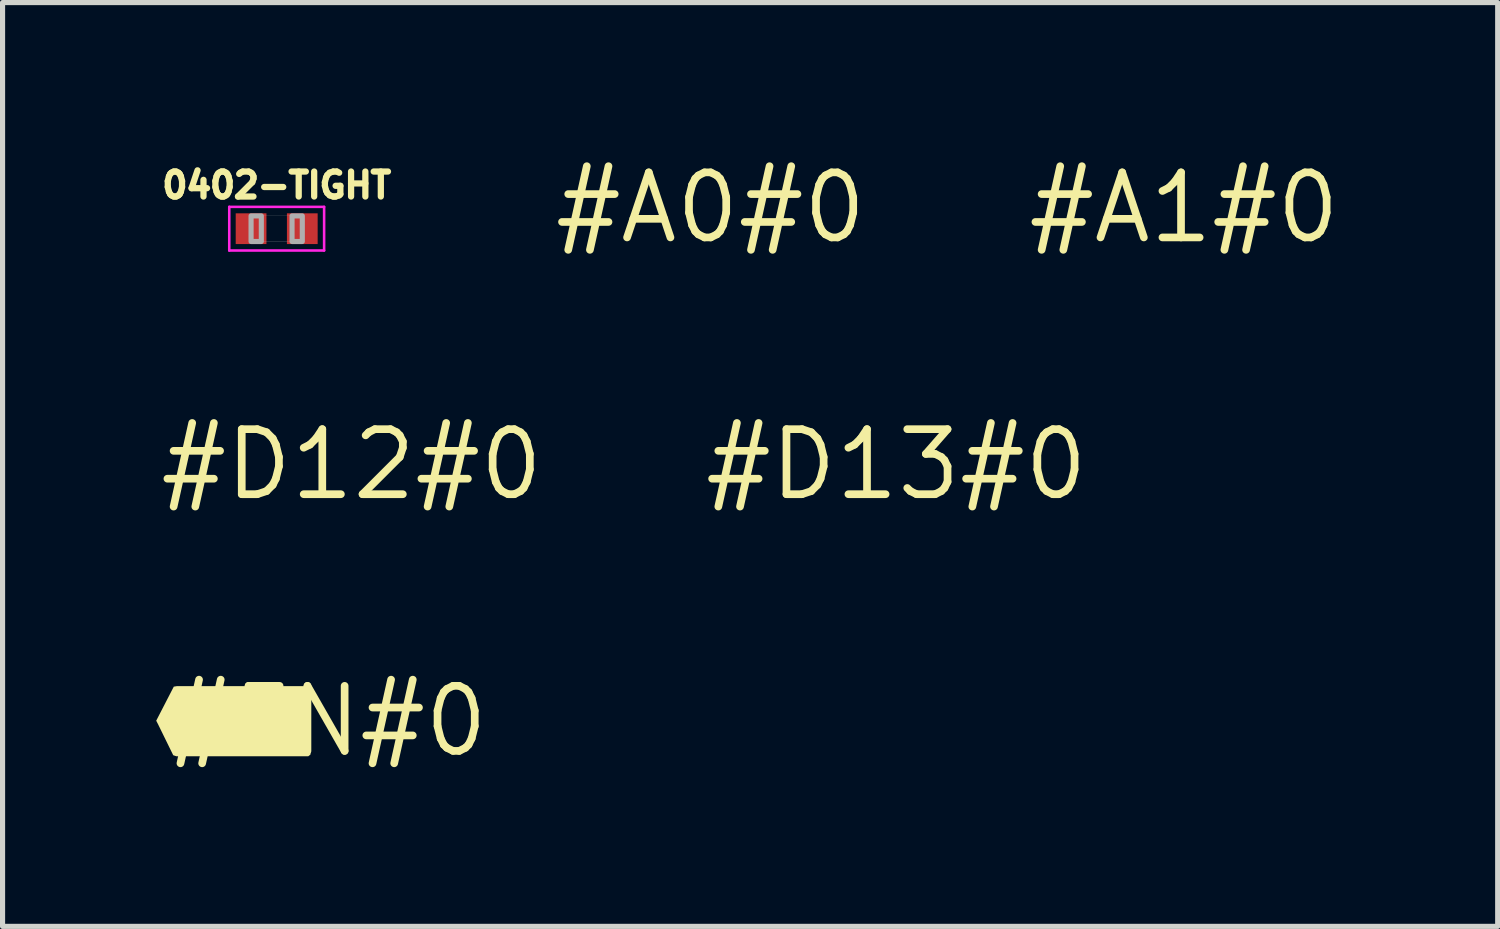
<source format=kicad_pcb>
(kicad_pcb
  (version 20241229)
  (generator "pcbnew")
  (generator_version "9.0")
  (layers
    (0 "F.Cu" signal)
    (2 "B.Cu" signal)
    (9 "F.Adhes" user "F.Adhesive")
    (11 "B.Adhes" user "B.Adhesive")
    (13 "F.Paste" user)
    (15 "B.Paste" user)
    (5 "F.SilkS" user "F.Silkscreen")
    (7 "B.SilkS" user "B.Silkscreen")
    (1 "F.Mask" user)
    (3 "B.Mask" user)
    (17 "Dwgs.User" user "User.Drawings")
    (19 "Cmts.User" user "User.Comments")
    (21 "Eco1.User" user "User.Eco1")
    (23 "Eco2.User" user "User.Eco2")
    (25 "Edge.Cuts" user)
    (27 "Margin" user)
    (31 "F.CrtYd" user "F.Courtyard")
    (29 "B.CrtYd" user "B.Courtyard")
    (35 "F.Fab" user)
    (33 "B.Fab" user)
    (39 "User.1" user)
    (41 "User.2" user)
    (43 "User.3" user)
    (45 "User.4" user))
  (footprint "#EN#0"
    (layer "F.Cu")
    (at 3.346 11.031)
    (property "Reference" "#EN#0" (at 0 0 0) (layer "F.SilkS") (effects (font (size 1.27 1.27) (thickness 0.15))))
    (fp_poly (pts (xy -0.357 -0.685) (xy -0.335 -0.631) (xy -0.335 0.652) (xy -0.378 0.685) (xy -2.951 0.685) (xy -3.014 0.664) (xy -3.314 0.052) (xy -3.314 0.052) (xy -3.346 -0.01) (xy -3.003 -0.675) (xy -2.94 -0.685)) (stroke (width 0) (type default)) (fill yes) (layer "F.SilkS")))
  (footprint "#D13#0"
    (layer "F.Cu")
    (at 14.452 6.019)
    (property "Reference" "#D13#0" (at 0 0 0) (layer "F.SilkS") (effects (font (size 1.27 1.27) (thickness 0.15))))
    (fp_poly (pts (xy -2.949 0.235) (xy -2.95 0.24) (xy -2.95 0.235) (xy -2.95 0.235)) (stroke (width 0) (type default)) (fill yes) (layer "F.SilkS")))
  (footprint "#D12#0"
    (layer "F.Cu")
    (at 3.817 6.019)
    (property "Reference" "#D12#0" (at 0 0 0) (layer "F.SilkS") (effects (font (size 1.27 1.27) (thickness 0.15))))
    (fp_poly (pts (xy -3.005 0.239) (xy -3.01 0.24) (xy -3.01 0.235) (xy -3.006 0.235)) (stroke (width 0) (type default)) (fill yes) (layer "F.SilkS")))
  (footprint "#A0#0"
    (layer "F.Cu")
    (at 10.826 1.006)
    (property "Reference" "#A0#0" (at 0 0 0) (layer "F.SilkS") (effects (font (size 1.27 1.27) (thickness 0.15))))
    (fp_poly (pts (xy 2.212 0.236) (xy 2.21 0.24) (xy 2.21 0.235) (xy 2.211 0.235)) (stroke (width 0) (type default)) (fill yes) (layer "F.SilkS")))
  (footprint "0402-TIGHT"
    (layer "F.Cu")
    (at 2.352 1.415)
    (property "Reference" "0402-TIGHT" (at 0 -0.562 0) (layer "F.SilkS") (effects (font (size 0.488 0.488) (thickness 0.122)) (justify bottom)))
    (fp_line (start -0.926 -0.426) (end -0.926 0.426) (stroke (width 0.05) (type solid)) (layer "F.CrtYd"))
    (fp_line (start -0.926 0.426) (end 0.926 0.426) (stroke (width 0.05) (type solid)) (layer "F.CrtYd"))
    (fp_line (start 0.926 -0.426) (end -0.926 -0.426) (stroke (width 0.05) (type solid)) (layer "F.CrtYd"))
    (fp_line (start 0.926 0.426) (end 0.926 -0.426) (stroke (width 0.05) (type solid)) (layer "F.CrtYd"))
    (fp_line (start -0.5 -0.25) (end 0.5 -0.25) (stroke (width 0.003) (type solid)) (layer "F.Fab"))
    (fp_line (start -0.5 0.25) (end -0.5 -0.25) (stroke (width 0.003) (type solid)) (layer "F.Fab"))
    (fp_line (start 0.5 -0.25) (end 0.5 0.25) (stroke (width 0.003) (type solid)) (layer "F.Fab"))
    (fp_line (start 0.5 0.25) (end -0.5 0.25) (stroke (width 0.003) (type solid)) (layer "F.Fab"))
    (fp_poly (pts (xy -0.5 0.25) (xy -0.3 0.25) (xy -0.3 -0.25) (xy -0.5 -0.25)) (stroke (width 0.1) (type default)) (fill no) (layer "F.Fab"))
    (fp_poly (pts (xy 0.5 -0.25) (xy 0.3 -0.25) (xy 0.3 0.25) (xy 0.5 0.25)) (stroke (width 0.1) (type default)) (fill no) (layer "F.Fab"))
    (pad "1" smd rect (at -0.5 0) (size 0.6 0.6) (layers "F.Cu" "F.Mask" "F.Paste"))
    (pad "2" smd rect (at 0.5 0) (size 0.6 0.6) (layers "F.Cu" "F.Mask" "F.Paste")))
  (footprint "#A1#0"
    (layer "F.Cu")
    (at 20.069 1.006)
    (property "Reference" "#A1#0" (at 0 0 0) (layer "F.SilkS") (effects (font (size 1.27 1.27) (thickness 0.15))))
    (fp_poly (pts (xy 1.25 0.07) (xy 1.245 0.072) (xy 1.243 0.065) (xy 1.25 0.065)) (stroke (width 0) (type default)) (fill yes) (layer "F.SilkS")))
  (gr_rect
    (start -3 -3)
    (end 26.191 15.037)
    (stroke (width 0.1) (type default))
    (fill no)
    (layer "Edge.Cuts")))
</source>
